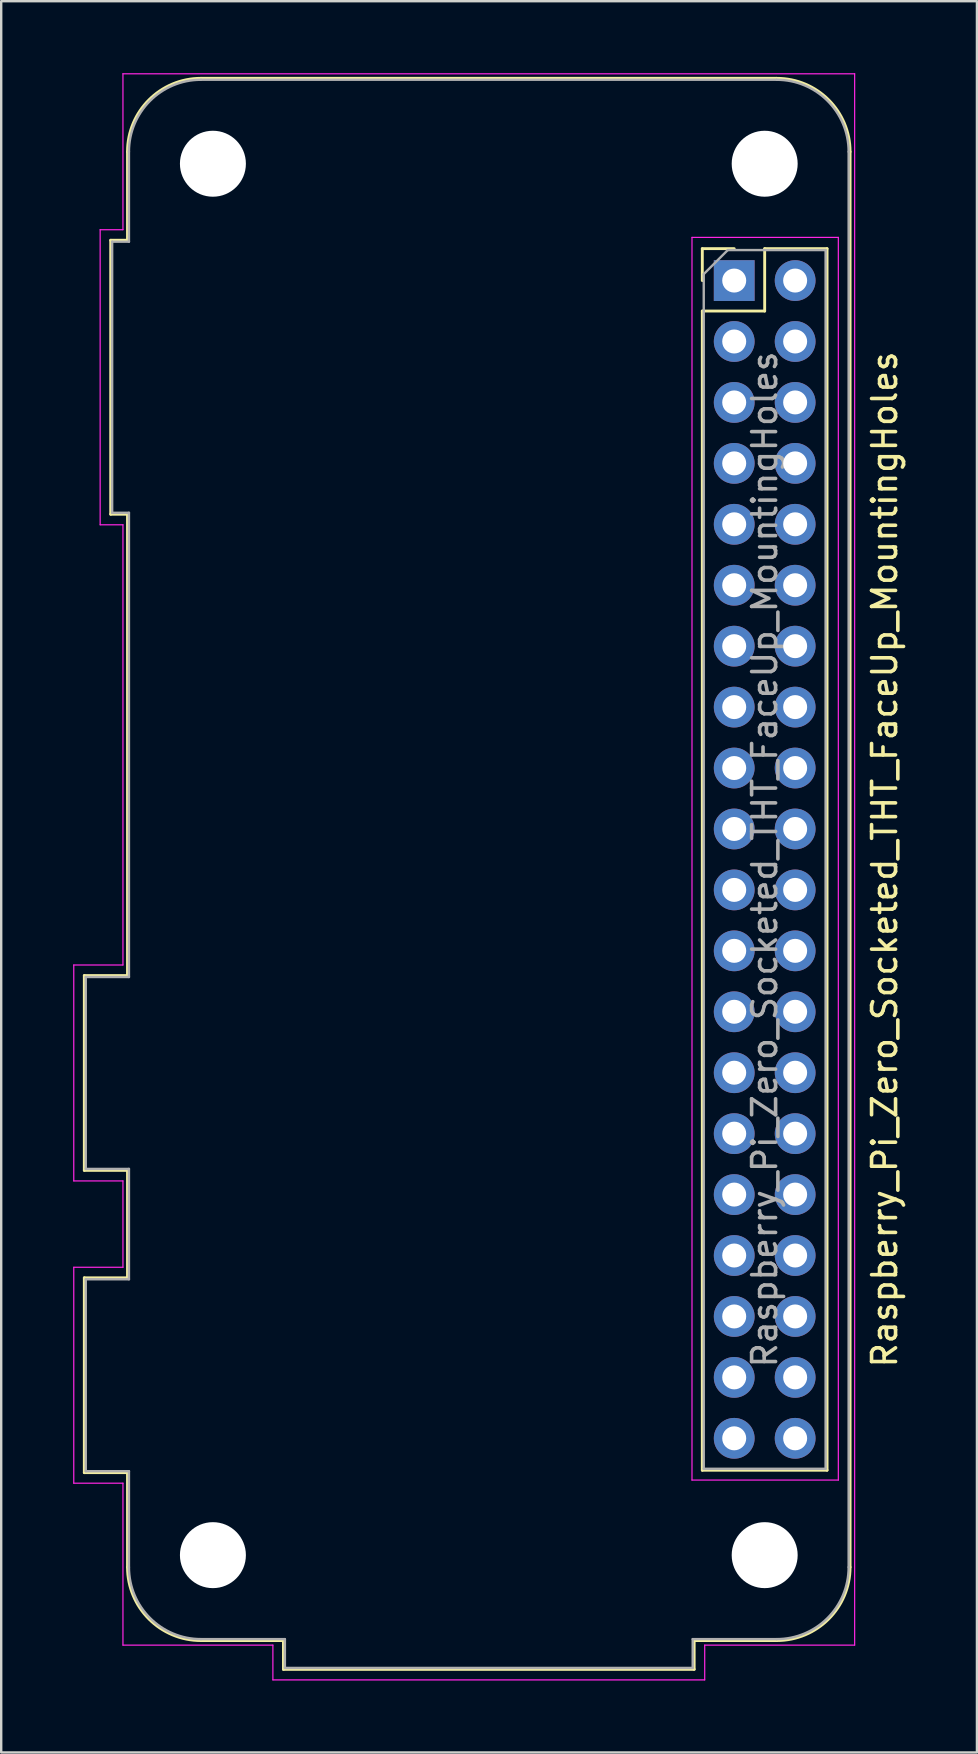
<source format=kicad_pcb>
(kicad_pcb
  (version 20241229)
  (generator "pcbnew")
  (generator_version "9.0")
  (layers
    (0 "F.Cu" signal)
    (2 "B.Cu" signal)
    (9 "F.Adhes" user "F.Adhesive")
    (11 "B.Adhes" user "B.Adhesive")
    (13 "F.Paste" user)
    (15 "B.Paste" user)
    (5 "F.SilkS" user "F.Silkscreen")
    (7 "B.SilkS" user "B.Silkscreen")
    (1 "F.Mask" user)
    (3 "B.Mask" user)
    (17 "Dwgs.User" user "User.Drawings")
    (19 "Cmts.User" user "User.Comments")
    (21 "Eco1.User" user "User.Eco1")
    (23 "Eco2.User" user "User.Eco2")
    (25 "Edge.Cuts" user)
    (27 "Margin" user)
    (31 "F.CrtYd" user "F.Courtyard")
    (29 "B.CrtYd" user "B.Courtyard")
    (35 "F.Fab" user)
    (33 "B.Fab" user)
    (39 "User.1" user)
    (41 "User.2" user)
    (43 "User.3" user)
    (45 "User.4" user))
  (footprint "Raspberry_Pi_Zero_Socketed_THT_FaceUp_MountingHoles"
    (layer "F.Cu")
    (at 27.555 8.645)
    (property "Reference" "Raspberry_Pi_Zero_Socketed_THT_FaceUp_MountingHoles" (at 6.27 24.13 90) (layer "F.SilkS") (effects (font (size 1 1) (thickness 0.15))))
    (attr through_hole)
    (fp_line (start -27.09 28.97) (end -25.29 28.97) (stroke (width 0.12) (type solid)) (layer "F.SilkS"))
    (fp_line (start -27.09 37.09) (end -27.09 28.97) (stroke (width 0.12) (type solid)) (layer "F.SilkS"))
    (fp_line (start -27.09 41.57) (end -25.29 41.57) (stroke (width 0.12) (type solid)) (layer "F.SilkS"))
    (fp_line (start -27.09 49.69) (end -27.09 41.57) (stroke (width 0.12) (type solid)) (layer "F.SilkS"))
    (fp_line (start -25.99 -1.68) (end -25.29 -1.68) (stroke (width 0.12) (type solid)) (layer "F.SilkS"))
    (fp_line (start -25.99 9.74) (end -25.99 -1.68) (stroke (width 0.12) (type solid)) (layer "F.SilkS"))
    (fp_line (start -25.29 -1.68) (end -25.29 -5.37) (stroke (width 0.12) (type solid)) (layer "F.SilkS"))
    (fp_line (start -25.29 9.74) (end -25.99 9.74) (stroke (width 0.12) (type solid)) (layer "F.SilkS"))
    (fp_line (start -25.29 28.97) (end -25.29 9.74) (stroke (width 0.12) (type solid)) (layer "F.SilkS"))
    (fp_line (start -25.29 37.09) (end -27.09 37.09) (stroke (width 0.12) (type solid)) (layer "F.SilkS"))
    (fp_line (start -25.29 41.57) (end -25.29 37.09) (stroke (width 0.12) (type solid)) (layer "F.SilkS"))
    (fp_line (start -25.29 49.69) (end -27.09 49.69) (stroke (width 0.12) (type solid)) (layer "F.SilkS"))
    (fp_line (start -25.29 53.63) (end -25.29 49.69) (stroke (width 0.12) (type solid)) (layer "F.SilkS"))
    (fp_line (start -18.79 56.69) (end -22.23 56.69) (stroke (width 0.12) (type solid)) (layer "F.SilkS"))
    (fp_line (start -18.79 57.89) (end -18.79 56.69) (stroke (width 0.12) (type solid)) (layer "F.SilkS"))
    (fp_line (start -1.67 56.69) (end -1.67 57.89) (stroke (width 0.12) (type solid)) (layer "F.SilkS"))
    (fp_line (start -1.67 56.69) (end 1.77 56.69) (stroke (width 0.12) (type solid)) (layer "F.SilkS"))
    (fp_line (start -1.67 57.89) (end -18.79 57.89) (stroke (width 0.12) (type solid)) (layer "F.SilkS"))
    (fp_line (start -1.33 -1.33) (end -1.33 0) (stroke (width 0.12) (type solid)) (layer "F.SilkS"))
    (fp_line (start -1.33 1.27) (end -1.33 49.59) (stroke (width 0.12) (type solid)) (layer "F.SilkS"))
    (fp_line (start 0 -1.33) (end -1.33 -1.33) (stroke (width 0.12) (type solid)) (layer "F.SilkS"))
    (fp_line (start 1.27 -1.33) (end 1.27 1.27) (stroke (width 0.12) (type solid)) (layer "F.SilkS"))
    (fp_line (start 1.27 1.27) (end -1.33 1.27) (stroke (width 0.12) (type solid)) (layer "F.SilkS"))
    (fp_line (start 1.77 -8.43) (end -22.23 -8.43) (stroke (width 0.12) (type solid)) (layer "F.SilkS"))
    (fp_line (start 3.87 -1.33) (end 1.27 -1.33) (stroke (width 0.12) (type solid)) (layer "F.SilkS"))
    (fp_line (start 3.87 -1.33) (end 3.87 49.59) (stroke (width 0.12) (type solid)) (layer "F.SilkS"))
    (fp_line (start 3.87 49.59) (end -1.33 49.59) (stroke (width 0.12) (type solid)) (layer "F.SilkS"))
    (fp_line (start 4.83 53.63) (end 4.83 -5.37) (stroke (width 0.12) (type solid)) (layer "F.SilkS"))
    (fp_arc (start -25.29 -5.37) (mid -24.393747 -7.533747) (end -22.23 -8.43) (stroke (width 0.12) (type solid)) (layer "F.SilkS"))
    (fp_arc (start -22.23 56.69) (mid -24.393747 55.793747) (end -25.29 53.63) (stroke (width 0.12) (type solid)) (layer "F.SilkS"))
    (fp_arc (start 1.77 -8.43) (mid 3.933747 -7.533747) (end 4.83 -5.37) (stroke (width 0.12) (type solid)) (layer "F.SilkS"))
    (fp_arc (start 4.83 53.63) (mid 3.933747 55.793747) (end 1.77 56.69) (stroke (width 0.12) (type solid)) (layer "F.SilkS"))
    (fp_line (start -27.53 28.53) (end -25.48 28.53) (stroke (width 0.05) (type solid)) (layer "F.CrtYd"))
    (fp_line (start -27.53 37.53) (end -27.53 28.53) (stroke (width 0.05) (type solid)) (layer "F.CrtYd"))
    (fp_line (start -27.53 37.53) (end -25.48 37.53) (stroke (width 0.05) (type solid)) (layer "F.CrtYd"))
    (fp_line (start -27.53 41.13) (end -25.48 41.13) (stroke (width 0.05) (type solid)) (layer "F.CrtYd"))
    (fp_line (start -27.53 50.13) (end -27.53 41.13) (stroke (width 0.05) (type solid)) (layer "F.CrtYd"))
    (fp_line (start -27.53 50.13) (end -25.48 50.13) (stroke (width 0.05) (type solid)) (layer "F.CrtYd"))
    (fp_line (start -26.43 -2.12) (end -26.43 10.18) (stroke (width 0.05) (type solid)) (layer "F.CrtYd"))
    (fp_line (start -26.43 -2.12) (end -25.48 -2.12) (stroke (width 0.05) (type solid)) (layer "F.CrtYd"))
    (fp_line (start -26.43 10.18) (end -25.48 10.18) (stroke (width 0.05) (type solid)) (layer "F.CrtYd"))
    (fp_line (start -25.48 -2.12) (end -25.48 -8.62) (stroke (width 0.05) (type solid)) (layer "F.CrtYd"))
    (fp_line (start -25.48 28.53) (end -25.48 10.18) (stroke (width 0.05) (type solid)) (layer "F.CrtYd"))
    (fp_line (start -25.48 37.53) (end -25.48 41.13) (stroke (width 0.05) (type solid)) (layer "F.CrtYd"))
    (fp_line (start -25.48 50.13) (end -25.48 56.88) (stroke (width 0.05) (type solid)) (layer "F.CrtYd"))
    (fp_line (start -19.23 56.88) (end -25.48 56.88) (stroke (width 0.05) (type solid)) (layer "F.CrtYd"))
    (fp_line (start -19.23 58.33) (end -19.23 56.88) (stroke (width 0.05) (type solid)) (layer "F.CrtYd"))
    (fp_line (start -19.23 58.33) (end -1.23 58.33) (stroke (width 0.05) (type solid)) (layer "F.CrtYd"))
    (fp_line (start -1.76 -1.8) (end -1.76 50) (stroke (width 0.05) (type solid)) (layer "F.CrtYd"))
    (fp_line (start -1.76 50) (end 4.34 50) (stroke (width 0.05) (type solid)) (layer "F.CrtYd"))
    (fp_line (start -1.23 58.33) (end -1.23 56.88) (stroke (width 0.05) (type solid)) (layer "F.CrtYd"))
    (fp_line (start 4.34 -1.8) (end -1.76 -1.8) (stroke (width 0.05) (type solid)) (layer "F.CrtYd"))
    (fp_line (start 4.34 50) (end 4.34 -1.8) (stroke (width 0.05) (type solid)) (layer "F.CrtYd"))
    (fp_line (start 5.02 -8.62) (end -25.48 -8.62) (stroke (width 0.05) (type solid)) (layer "F.CrtYd"))
    (fp_line (start 5.02 56.88) (end -1.23 56.88) (stroke (width 0.05) (type solid)) (layer "F.CrtYd"))
    (fp_line (start 5.02 56.88) (end 5.02 -8.62) (stroke (width 0.05) (type solid)) (layer "F.CrtYd"))
    (fp_line (start -27.03 29.03) (end -25.23 29.03) (stroke (width 0.1) (type solid)) (layer "F.Fab"))
    (fp_line (start -27.03 37.03) (end -27.03 29.03) (stroke (width 0.1) (type solid)) (layer "F.Fab"))
    (fp_line (start -27.03 41.63) (end -25.23 41.63) (stroke (width 0.1) (type solid)) (layer "F.Fab"))
    (fp_line (start -27.03 49.63) (end -27.03 41.63) (stroke (width 0.1) (type solid)) (layer "F.Fab"))
    (fp_line (start -25.93 9.68) (end -25.93 -1.62) (stroke (width 0.1) (type solid)) (layer "F.Fab"))
    (fp_line (start -25.23 -1.62) (end -25.93 -1.62) (stroke (width 0.1) (type solid)) (layer "F.Fab"))
    (fp_line (start -25.23 -1.62) (end -25.23 -5.37) (stroke (width 0.1) (type solid)) (layer "F.Fab"))
    (fp_line (start -25.23 9.68) (end -25.93 9.68) (stroke (width 0.1) (type solid)) (layer "F.Fab"))
    (fp_line (start -25.23 29.03) (end -25.23 9.68) (stroke (width 0.1) (type solid)) (layer "F.Fab"))
    (fp_line (start -25.23 37.03) (end -27.03 37.03) (stroke (width 0.1) (type solid)) (layer "F.Fab"))
    (fp_line (start -25.23 41.63) (end -25.23 37.03) (stroke (width 0.1) (type solid)) (layer "F.Fab"))
    (fp_line (start -25.23 49.63) (end -27.03 49.63) (stroke (width 0.1) (type solid)) (layer "F.Fab"))
    (fp_line (start -25.23 49.63) (end -25.23 53.63) (stroke (width 0.1) (type solid)) (layer "F.Fab"))
    (fp_line (start -22.23 56.63) (end -18.73 56.63) (stroke (width 0.1) (type solid)) (layer "F.Fab"))
    (fp_line (start -18.73 56.63) (end -18.73 57.83) (stroke (width 0.1) (type solid)) (layer "F.Fab"))
    (fp_line (start -1.73 56.63) (end -1.73 57.83) (stroke (width 0.1) (type solid)) (layer "F.Fab"))
    (fp_line (start -1.73 57.83) (end -18.73 57.83) (stroke (width 0.1) (type solid)) (layer "F.Fab"))
    (fp_line (start -1.27 -0.27) (end -1.27 49.53) (stroke (width 0.1) (type solid)) (layer "F.Fab"))
    (fp_line (start -1.27 49.53) (end 3.81 49.53) (stroke (width 0.1) (type solid)) (layer "F.Fab"))
    (fp_line (start -0.27 -1.27) (end -1.27 -0.27) (stroke (width 0.1) (type solid)) (layer "F.Fab"))
    (fp_line (start 1.77 -8.37) (end -22.23 -8.37) (stroke (width 0.1) (type solid)) (layer "F.Fab"))
    (fp_line (start 1.77 56.63) (end -1.73 56.63) (stroke (width 0.1) (type solid)) (layer "F.Fab"))
    (fp_line (start 3.81 -1.27) (end -0.27 -1.27) (stroke (width 0.1) (type solid)) (layer "F.Fab"))
    (fp_line (start 3.81 49.53) (end 3.81 -1.27) (stroke (width 0.1) (type solid)) (layer "F.Fab"))
    (fp_line (start 4.77 53.63) (end 4.77 -5.37) (stroke (width 0.1) (type solid)) (layer "F.Fab"))
    (fp_arc (start -25.23 -5.37) (mid -24.35132 -7.49132) (end -22.23 -8.37) (stroke (width 0.1) (type solid)) (layer "F.Fab"))
    (fp_arc (start -22.23 56.63) (mid -24.35132 55.75132) (end -25.23 53.63) (stroke (width 0.1) (type solid)) (layer "F.Fab"))
    (fp_arc (start 1.77 -8.37) (mid 3.89132 -7.49132) (end 4.77 -5.37) (stroke (width 0.1) (type solid)) (layer "F.Fab"))
    (fp_arc (start 4.77 53.63) (mid 3.89132 55.75132) (end 1.77 56.63) (stroke (width 0.1) (type solid)) (layer "F.Fab"))
    (fp_text user "${REFERENCE}" (at 1.27 24.13 90) (layer "F.Fab") (effects (font (size 1 1) (thickness 0.15))))
    (pad "" np_thru_hole circle (at -21.73 -4.87 270) (size 2.75 2.75) (drill 2.75) (layers "*.Cu" "*.Mask"))
    (pad "" np_thru_hole circle (at -21.73 53.13 270) (size 2.75 2.75) (drill 2.75) (layers "*.Cu" "*.Mask"))
    (pad "" np_thru_hole circle (at 1.27 -4.87 270) (size 2.75 2.75) (drill 2.75) (layers "*.Cu" "*.Mask"))
    (pad "" np_thru_hole circle (at 1.27 53.13 270) (size 2.75 2.75) (drill 2.75) (layers "*.Cu" "*.Mask"))
    (pad "1" thru_hole rect (at 0 0) (size 1.7 1.7) (drill 1) (layers "*.Cu" "*.Mask"))
    (pad "2" thru_hole oval (at 2.54 0) (size 1.7 1.7) (drill 1) (layers "*.Cu" "*.Mask"))
    (pad "3" thru_hole oval (at 0 2.54) (size 1.7 1.7) (drill 1) (layers "*.Cu" "*.Mask"))
    (pad "4" thru_hole oval (at 2.54 2.54) (size 1.7 1.7) (drill 1) (layers "*.Cu" "*.Mask"))
    (pad "5" thru_hole oval (at 0 5.08) (size 1.7 1.7) (drill 1) (layers "*.Cu" "*.Mask"))
    (pad "6" thru_hole oval (at 2.54 5.08) (size 1.7 1.7) (drill 1) (layers "*.Cu" "*.Mask"))
    (pad "7" thru_hole oval (at 0 7.62) (size 1.7 1.7) (drill 1) (layers "*.Cu" "*.Mask"))
    (pad "8" thru_hole oval (at 2.54 7.62) (size 1.7 1.7) (drill 1) (layers "*.Cu" "*.Mask"))
    (pad "9" thru_hole oval (at 0 10.16) (size 1.7 1.7) (drill 1) (layers "*.Cu" "*.Mask"))
    (pad "10" thru_hole oval (at 2.54 10.16) (size 1.7 1.7) (drill 1) (layers "*.Cu" "*.Mask"))
    (pad "11" thru_hole oval (at 0 12.7) (size 1.7 1.7) (drill 1) (layers "*.Cu" "*.Mask"))
    (pad "12" thru_hole oval (at 2.54 12.7) (size 1.7 1.7) (drill 1) (layers "*.Cu" "*.Mask"))
    (pad "13" thru_hole oval (at 0 15.24) (size 1.7 1.7) (drill 1) (layers "*.Cu" "*.Mask"))
    (pad "14" thru_hole oval (at 2.54 15.24) (size 1.7 1.7) (drill 1) (layers "*.Cu" "*.Mask"))
    (pad "15" thru_hole oval (at 0 17.78) (size 1.7 1.7) (drill 1) (layers "*.Cu" "*.Mask"))
    (pad "16" thru_hole oval (at 2.54 17.78) (size 1.7 1.7) (drill 1) (layers "*.Cu" "*.Mask"))
    (pad "17" thru_hole oval (at 0 20.32) (size 1.7 1.7) (drill 1) (layers "*.Cu" "*.Mask"))
    (pad "18" thru_hole oval (at 2.54 20.32) (size 1.7 1.7) (drill 1) (layers "*.Cu" "*.Mask"))
    (pad "19" thru_hole oval (at 0 22.86) (size 1.7 1.7) (drill 1) (layers "*.Cu" "*.Mask"))
    (pad "20" thru_hole oval (at 2.54 22.86) (size 1.7 1.7) (drill 1) (layers "*.Cu" "*.Mask"))
    (pad "21" thru_hole oval (at 0 25.4) (size 1.7 1.7) (drill 1) (layers "*.Cu" "*.Mask"))
    (pad "22" thru_hole oval (at 2.54 25.4) (size 1.7 1.7) (drill 1) (layers "*.Cu" "*.Mask"))
    (pad "23" thru_hole oval (at 0 27.94) (size 1.7 1.7) (drill 1) (layers "*.Cu" "*.Mask"))
    (pad "24" thru_hole oval (at 2.54 27.94) (size 1.7 1.7) (drill 1) (layers "*.Cu" "*.Mask"))
    (pad "25" thru_hole oval (at 0 30.48) (size 1.7 1.7) (drill 1) (layers "*.Cu" "*.Mask"))
    (pad "26" thru_hole oval (at 2.54 30.48) (size 1.7 1.7) (drill 1) (layers "*.Cu" "*.Mask"))
    (pad "27" thru_hole oval (at 0 33.02) (size 1.7 1.7) (drill 1) (layers "*.Cu" "*.Mask"))
    (pad "28" thru_hole oval (at 2.54 33.02) (size 1.7 1.7) (drill 1) (layers "*.Cu" "*.Mask"))
    (pad "29" thru_hole oval (at 0 35.56) (size 1.7 1.7) (drill 1) (layers "*.Cu" "*.Mask"))
    (pad "30" thru_hole oval (at 2.54 35.56) (size 1.7 1.7) (drill 1) (layers "*.Cu" "*.Mask"))
    (pad "31" thru_hole oval (at 0 38.1) (size 1.7 1.7) (drill 1) (layers "*.Cu" "*.Mask"))
    (pad "32" thru_hole oval (at 2.54 38.1) (size 1.7 1.7) (drill 1) (layers "*.Cu" "*.Mask"))
    (pad "33" thru_hole oval (at 0 40.64) (size 1.7 1.7) (drill 1) (layers "*.Cu" "*.Mask"))
    (pad "34" thru_hole oval (at 2.54 40.64) (size 1.7 1.7) (drill 1) (layers "*.Cu" "*.Mask"))
    (pad "35" thru_hole oval (at 0 43.18) (size 1.7 1.7) (drill 1) (layers "*.Cu" "*.Mask"))
    (pad "36" thru_hole oval (at 2.54 43.18) (size 1.7 1.7) (drill 1) (layers "*.Cu" "*.Mask"))
    (pad "37" thru_hole oval (at 0 45.72) (size 1.7 1.7) (drill 1) (layers "*.Cu" "*.Mask"))
    (pad "38" thru_hole oval (at 2.54 45.72) (size 1.7 1.7) (drill 1) (layers "*.Cu" "*.Mask"))
    (pad "39" thru_hole oval (at 0 48.26) (size 1.7 1.7) (drill 1) (layers "*.Cu" "*.Mask"))
    (pad "40" thru_hole oval (at 2.54 48.26) (size 1.7 1.7) (drill 1) (layers "*.Cu" "*.Mask")))
  (gr_rect
    (start -3 -3)
    (end 37.673 70)
    (stroke (width 0.1) (type default))
    (fill no)
    (layer "Edge.Cuts")))
</source>
